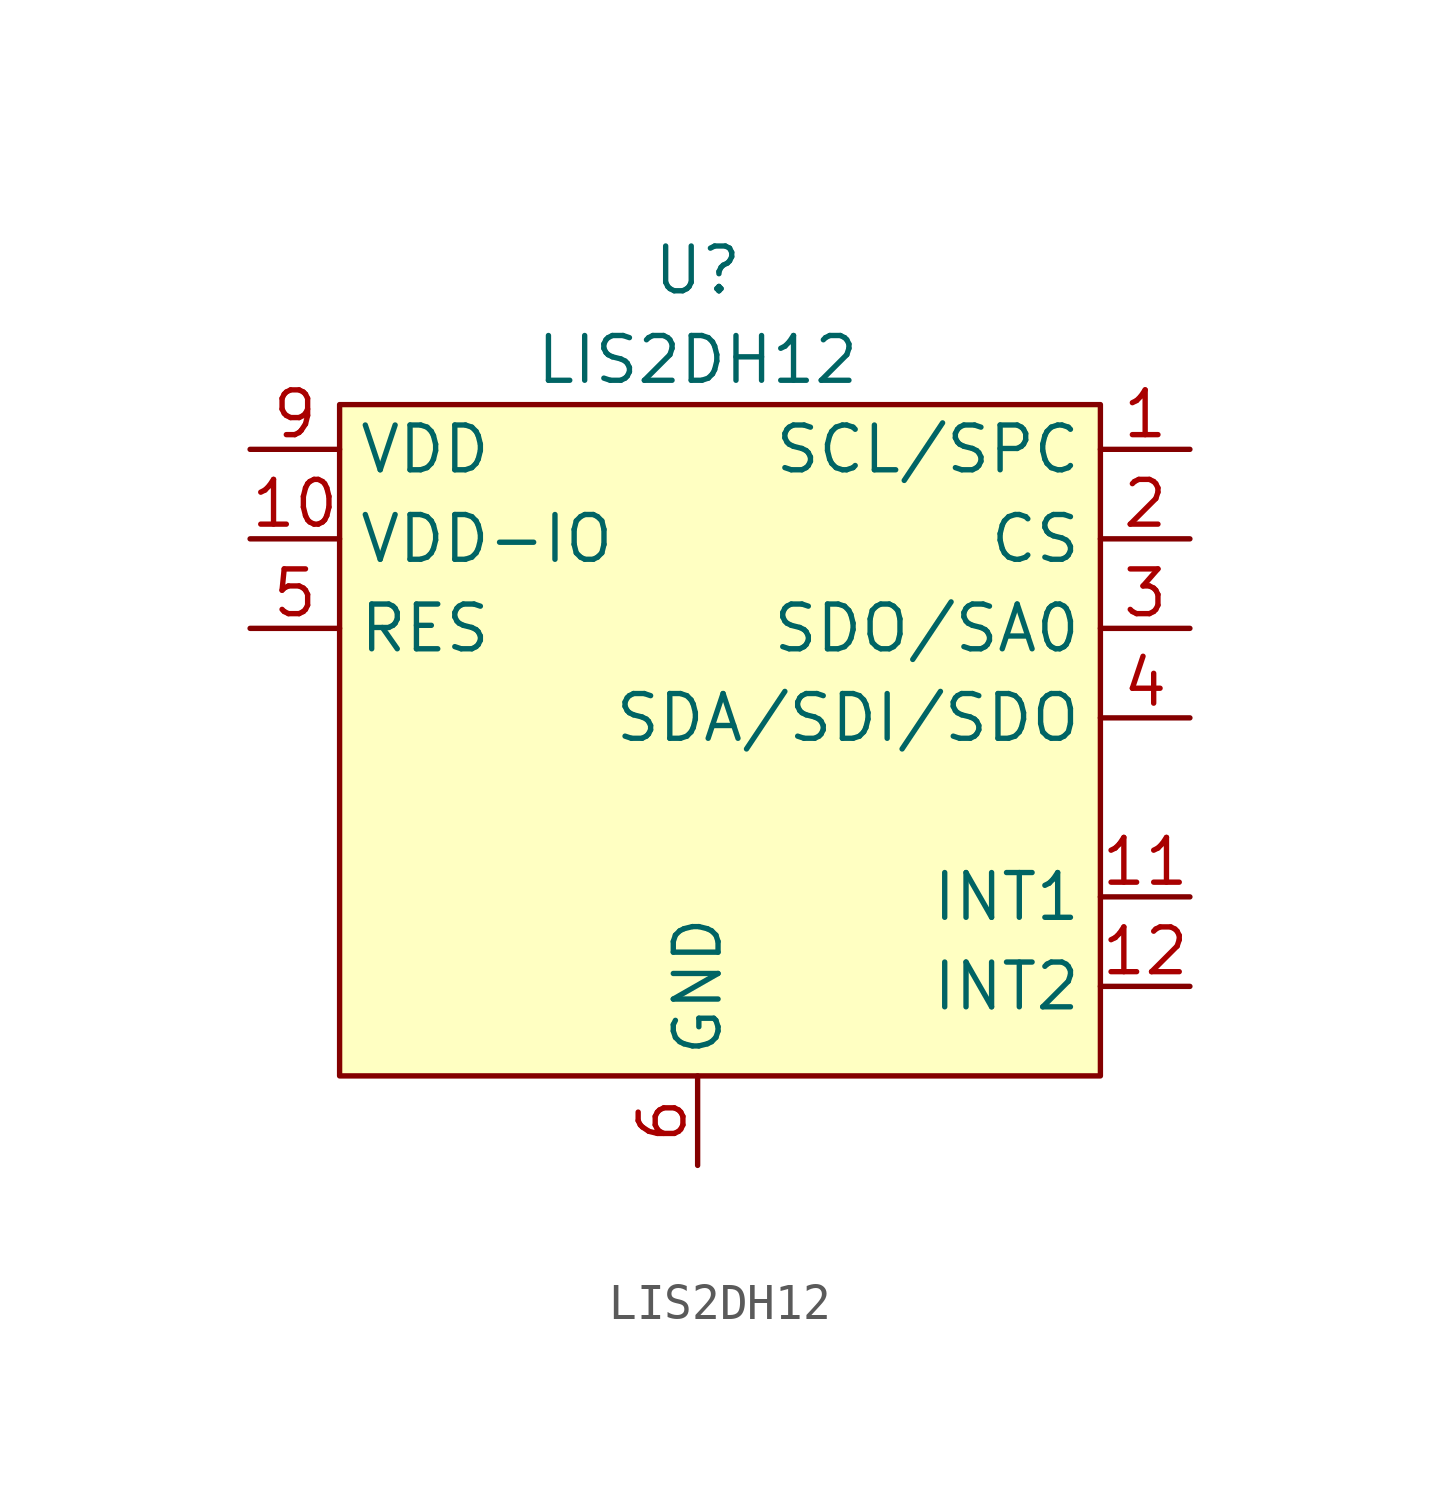
<source format=kicad_sym>
(kicad_symbol_lib
  (version 20220914)
  (generator kicad_symbol_editor)
  (symbol "LIS2DH12"
    (property "Reference" "U"
      (at 0 5.08 0)
      (effects (font (size 1.27 1.27))))
    (property "Value" "LIS2DH12"
      (at 0 2.54 0)
      (effects (font (size 1.27 1.27))))
    (symbol "LIS2DH12_1_1"
      (rectangle (start -10.16 1.27) (end 11.43 -17.78) (stroke (width 0) (type default)) (fill (type background)))
      (pin input line (at 13.97 0 180) (length 2.54) (name "SCL/SPC" (effects (font (size 1.27 1.27)))) (number "1" (effects (font (size 1.27 1.27)))))
      (pin power_in line (at -12.7 -2.54 0) (length 2.54) (name "VDD-IO" (effects (font (size 1.27 1.27)))) (number "10" (effects (font (size 1.27 1.27)))))
      (pin output line (at 13.97 -12.7 180) (length 2.54) (name "INT1" (effects (font (size 1.27 1.27)))) (number "11" (effects (font (size 1.27 1.27)))))
      (pin output line (at 13.97 -15.24 180) (length 2.54) (name "INT2" (effects (font (size 1.27 1.27)))) (number "12" (effects (font (size 1.27 1.27)))))
      (pin input line (at 13.97 -2.54 180) (length 2.54) (name "CS" (effects (font (size 1.27 1.27)))) (number "2" (effects (font (size 1.27 1.27)))))
      (pin bidirectional line (at 13.97 -5.08 180) (length 2.54) (name "SDO/SA0" (effects (font (size 1.27 1.27)))) (number "3" (effects (font (size 1.27 1.27)))))
      (pin bidirectional line (at 13.97 -7.62 180) (length 2.54) (name "SDA/SDI/SDO" (effects (font (size 1.27 1.27)))) (number "4" (effects (font (size 1.27 1.27)))))
      (pin input line (at -12.7 -5.08 0) (length 2.54) (name "RES" (effects (font (size 1.27 1.27)))) (number "5" (effects (font (size 1.27 1.27)))))
      (pin power_in line (at 0 -20.32 90) (length 2.54) (name "GND" (effects (font (size 1.27 1.27)))) (number "6" (effects (font (size 1.27 1.27)))))
      (pin power_in line (at 0 -20.32 90) (length 2.54) hide (name "GND" (effects (font (size 1.27 1.27)))) (number "7" (effects (font (size 1.27 1.27)))))
      (pin power_in line (at 0 -20.32 90) (length 2.54) hide (name "GND" (effects (font (size 1.27 1.27)))) (number "8" (effects (font (size 1.27 1.27)))))
      (pin power_in line (at -12.7 0 0) (length 2.54) (name "VDD" (effects (font (size 1.27 1.27)))) (number "9" (effects (font (size 1.27 1.27))))))))
</source>
